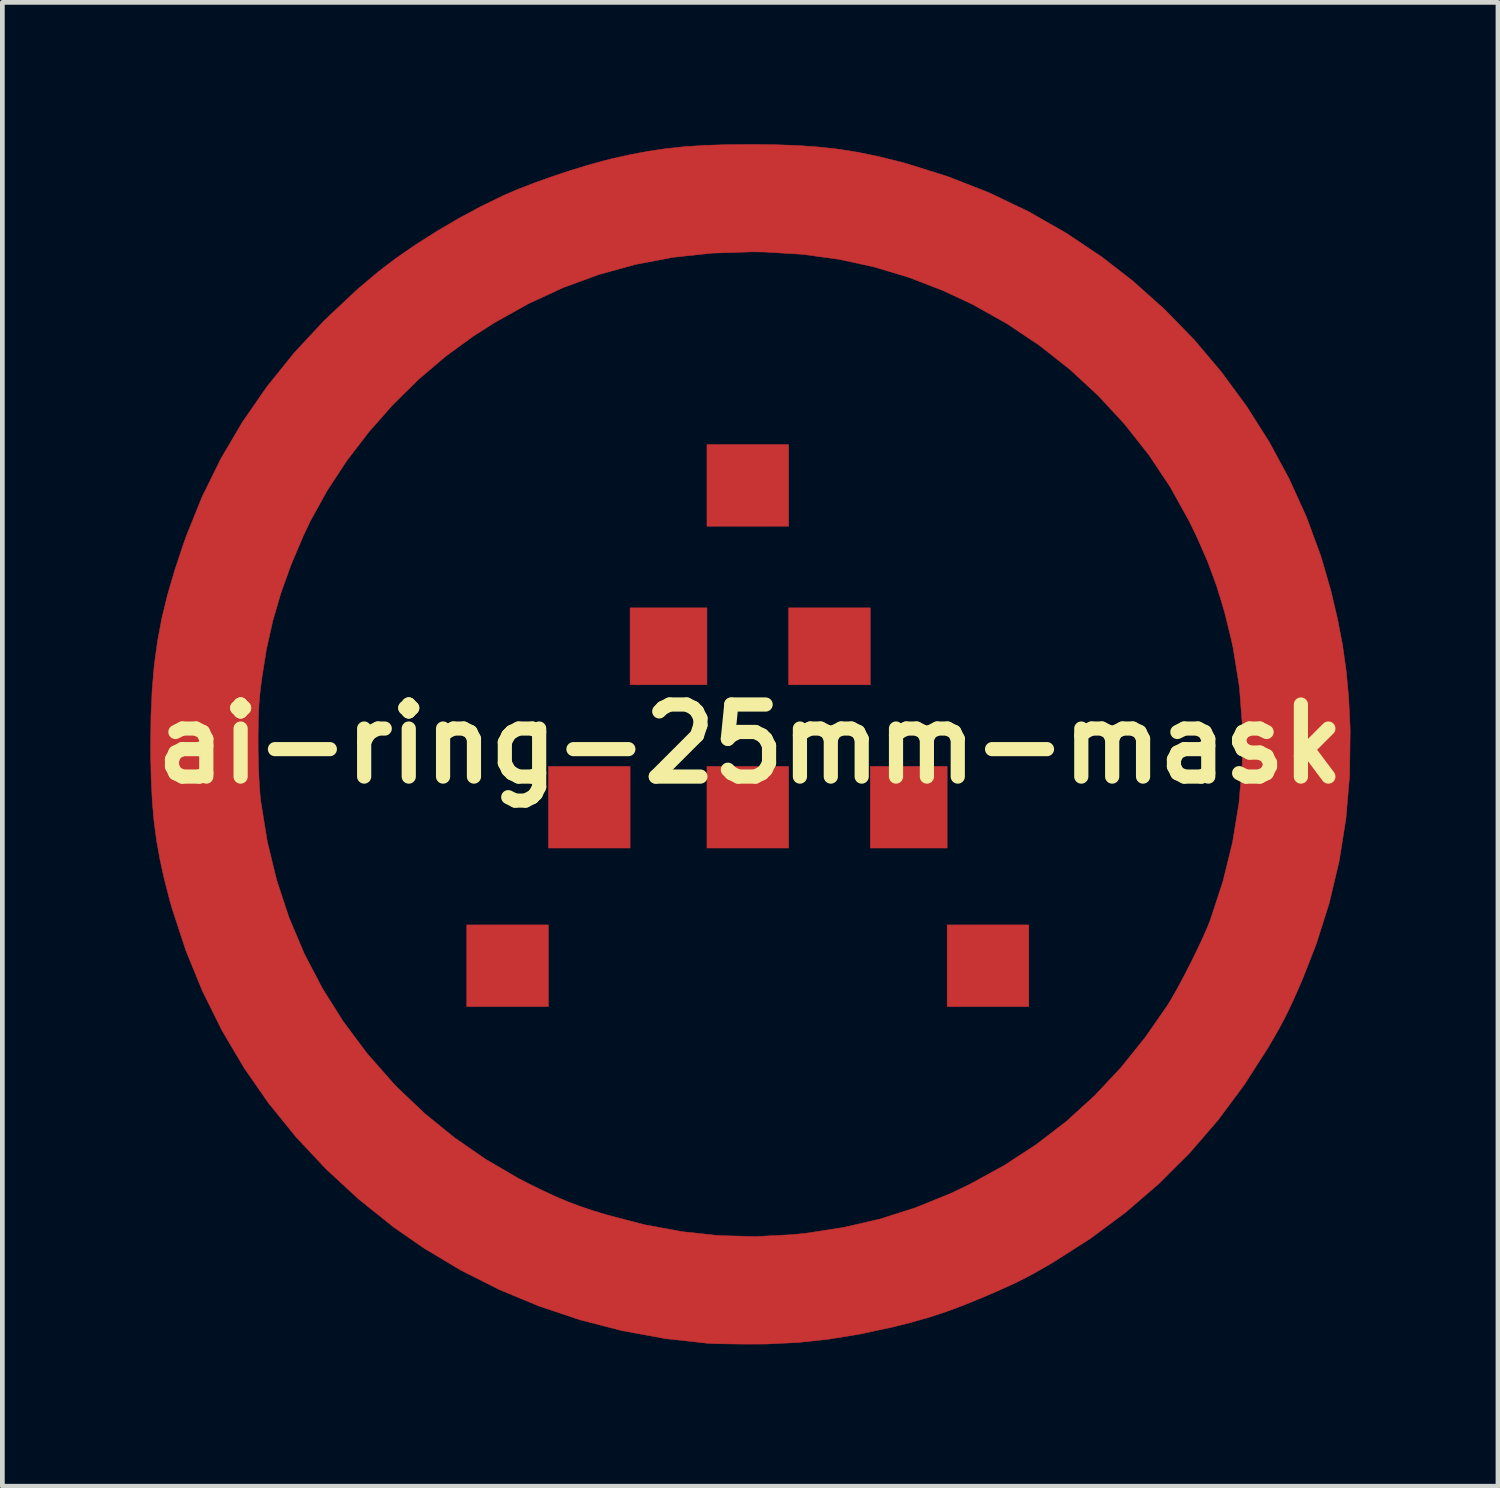
<source format=kicad_pcb>
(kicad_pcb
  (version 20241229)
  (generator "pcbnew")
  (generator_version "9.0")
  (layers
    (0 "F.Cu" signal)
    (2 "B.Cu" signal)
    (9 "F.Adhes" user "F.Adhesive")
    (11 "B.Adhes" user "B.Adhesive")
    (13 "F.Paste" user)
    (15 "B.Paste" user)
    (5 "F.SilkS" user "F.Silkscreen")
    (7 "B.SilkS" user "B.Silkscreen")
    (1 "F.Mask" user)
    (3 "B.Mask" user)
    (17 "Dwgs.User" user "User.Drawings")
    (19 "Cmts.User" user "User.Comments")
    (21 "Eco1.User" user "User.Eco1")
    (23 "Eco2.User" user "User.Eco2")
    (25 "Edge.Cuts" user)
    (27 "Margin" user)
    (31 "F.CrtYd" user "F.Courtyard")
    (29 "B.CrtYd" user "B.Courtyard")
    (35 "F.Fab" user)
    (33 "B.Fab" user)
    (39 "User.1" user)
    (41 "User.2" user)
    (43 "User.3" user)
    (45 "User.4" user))
  (footprint "ai-ring-25mm-mask"
    (layer "F.Cu")
    (at 12.816 12.685)
    (property "Reference" "ai-ring-25mm-mask" (at 0 0 0) (layer "F.SilkS") (effects (font (size 1.524 1.524) (thickness 0.3))))
    (attr through_hole)
    (fp_poly (pts (xy -4.267 5.554) (xy -5.994 5.554) (xy -5.994 3.827) (xy -4.267 3.827) (xy -4.267 5.554)) (stroke (width 0.01) (type solid)) (fill yes) (layer "F.Cu"))
    (fp_poly (pts (xy -2.54 2.201) (xy -4.267 2.201) (xy -4.267 0.474) (xy -2.54 0.474) (xy -2.54 2.201)) (stroke (width 0.01) (type solid)) (fill yes) (layer "F.Cu"))
    (fp_poly (pts (xy -0.914 -1.253) (xy -2.54 -1.253) (xy -2.54 -2.879) (xy -0.914 -2.879) (xy -0.914 -1.253)) (stroke (width 0.01) (type solid)) (fill yes) (layer "F.Cu"))
    (fp_poly (pts (xy 0.813 -4.606) (xy -0.914 -4.606) (xy -0.914 -6.333) (xy 0.813 -6.333) (xy 0.813 -4.606)) (stroke (width 0.01) (type solid)) (fill yes) (layer "F.Cu"))
    (fp_poly (pts (xy 0.813 2.201) (xy -0.914 2.201) (xy -0.914 0.474) (xy 0.813 0.474) (xy 0.813 2.201)) (stroke (width 0.01) (type solid)) (fill yes) (layer "F.Cu"))
    (fp_poly (pts (xy 2.54 -1.253) (xy 0.813 -1.253) (xy 0.813 -2.879) (xy 2.54 -2.879) (xy 2.54 -1.253)) (stroke (width 0.01) (type solid)) (fill yes) (layer "F.Cu"))
    (fp_poly (pts (xy 4.166 2.201) (xy 2.54 2.201) (xy 2.54 0.474) (xy 4.166 0.474) (xy 4.166 2.201)) (stroke (width 0.01) (type solid)) (fill yes) (layer "F.Cu"))
    (fp_poly (pts (xy 5.893 5.554) (xy 4.166 5.554) (xy 4.166 3.827) (xy 5.893 3.827) (xy 5.893 5.554)) (stroke (width 0.01) (type solid)) (fill yes) (layer "F.Cu"))
    (fp_poly (pts (xy 0.017 -12.68) (xy 0.547 -12.674) (xy 1.023 -12.657) (xy 1.461 -12.625) (xy 1.874 -12.579) (xy 2.276 -12.515) (xy 2.681 -12.432) (xy 3.103 -12.329) (xy 3.297 -12.278) (xy 4.186 -11.999) (xy 5.049 -11.661) (xy 5.88 -11.264) (xy 6.677 -10.81) (xy 7.437 -10.301) (xy 8.086 -9.798) (xy 8.759 -9.197) (xy 9.388 -8.551) (xy 9.969 -7.864) (xy 10.501 -7.14) (xy 10.98 -6.384) (xy 11.403 -5.6) (xy 11.768 -4.794) (xy 12.071 -3.969) (xy 12.279 -3.252) (xy 12.42 -2.655) (xy 12.528 -2.092) (xy 12.606 -1.54) (xy 12.658 -0.977) (xy 12.687 -0.379) (xy 12.69 -0.271) (xy 12.678 0.66) (xy 12.6 1.577) (xy 12.457 2.478) (xy 12.247 3.364) (xy 11.971 4.235) (xy 11.698 4.934) (xy 11.578 5.213) (xy 11.475 5.444) (xy 11.382 5.643) (xy 11.29 5.826) (xy 11.192 6.009) (xy 11.08 6.206) (xy 10.956 6.418) (xy 10.447 7.212) (xy 9.892 7.958) (xy 9.29 8.655) (xy 8.64 9.303) (xy 7.942 9.905) (xy 7.196 10.459) (xy 6.418 10.956) (xy 6.192 11.088) (xy 5.996 11.199) (xy 5.814 11.296) (xy 5.631 11.388) (xy 5.43 11.481) (xy 5.196 11.585) (xy 4.934 11.698) (xy 4.524 11.866) (xy 4.145 12.007) (xy 3.774 12.129) (xy 3.383 12.239) (xy 3.031 12.328) (xy 2.329 12.479) (xy 1.659 12.589) (xy 1.001 12.659) (xy 0.336 12.691) (xy -0.051 12.693) (xy -0.269 12.691) (xy -0.475 12.688) (xy -0.653 12.685) (xy -0.792 12.681) (xy -0.877 12.677) (xy -0.881 12.677) (xy -1.803 12.575) (xy -2.711 12.408) (xy -3.6 12.179) (xy -4.468 11.888) (xy -5.31 11.538) (xy -6.123 11.128) (xy -6.902 10.662) (xy -7.547 10.214) (xy -8.284 9.623) (xy -8.97 8.99) (xy -9.602 8.316) (xy -10.181 7.602) (xy -10.704 6.849) (xy -11.171 6.059) (xy -11.581 5.233) (xy -11.933 4.373) (xy -12.226 3.48) (xy -12.278 3.297) (xy -12.39 2.862) (xy -12.481 2.451) (xy -12.553 2.05) (xy -12.607 1.643) (xy -12.645 1.218) (xy -12.668 0.76) (xy -12.679 0.255) (xy -12.68 0.017) (xy -12.677 -0.219) (xy -10.407 -0.219) (xy -10.407 0.123) (xy -10.4 0.463) (xy -10.386 0.783) (xy -10.366 1.067) (xy -10.35 1.219) (xy -10.214 2.061) (xy -10.015 2.879) (xy -9.754 3.67) (xy -9.431 4.435) (xy -9.047 5.17) (xy -8.604 5.874) (xy -8.101 6.547) (xy -7.54 7.185) (xy -7.444 7.284) (xy -6.872 7.826) (xy -6.25 8.33) (xy -5.591 8.785) (xy -4.906 9.185) (xy -4.711 9.286) (xy -4.393 9.443) (xy -4.115 9.572) (xy -3.857 9.681) (xy -3.6 9.778) (xy -3.326 9.87) (xy -3.048 9.955) (xy -2.241 10.166) (xy -1.448 10.313) (xy -0.664 10.397) (xy 0.117 10.418) (xy 0.903 10.377) (xy 1.187 10.347) (xy 1.986 10.223) (xy 2.752 10.045) (xy 3.496 9.808) (xy 4.228 9.511) (xy 4.642 9.314) (xy 5.37 8.915) (xy 6.05 8.472) (xy 6.686 7.983) (xy 7.28 7.443) (xy 7.836 6.851) (xy 8.357 6.203) (xy 8.819 5.539) (xy 8.926 5.363) (xy 9.051 5.141) (xy 9.186 4.887) (xy 9.324 4.618) (xy 9.456 4.348) (xy 9.575 4.094) (xy 9.673 3.87) (xy 9.731 3.725) (xy 9.999 2.908) (xy 10.201 2.086) (xy 10.337 1.261) (xy 10.407 0.435) (xy 10.41 -0.389) (xy 10.347 -1.209) (xy 10.216 -2.022) (xy 10.174 -2.218) (xy 10.031 -2.8) (xy 9.867 -3.338) (xy 9.676 -3.857) (xy 9.447 -4.38) (xy 9.286 -4.711) (xy 8.887 -5.431) (xy 8.431 -6.116) (xy 7.922 -6.761) (xy 7.364 -7.365) (xy 6.76 -7.923) (xy 6.113 -8.433) (xy 5.427 -8.892) (xy 4.704 -9.297) (xy 4.089 -9.585) (xy 3.357 -9.868) (xy 2.62 -10.09) (xy 1.872 -10.252) (xy 1.102 -10.357) (xy 0.302 -10.405) (xy 0.034 -10.409) (xy -0.811 -10.381) (xy -1.629 -10.293) (xy -2.422 -10.143) (xy -3.195 -9.93) (xy -3.949 -9.654) (xy -4.69 -9.312) (xy -5.419 -8.904) (xy -5.848 -8.63) (xy -6.443 -8.197) (xy -7.016 -7.709) (xy -7.559 -7.173) (xy -8.066 -6.598) (xy -8.53 -5.993) (xy -8.943 -5.365) (xy -9.299 -4.723) (xy -9.447 -4.411) (xy -9.709 -3.793) (xy -9.923 -3.199) (xy -10.095 -2.611) (xy -10.23 -2.009) (xy -10.331 -1.376) (xy -10.367 -1.084) (xy -10.388 -0.84) (xy -10.401 -0.546) (xy -10.407 -0.219) (xy -12.677 -0.219) (xy -12.673 -0.593) (xy -12.648 -1.152) (xy -12.603 -1.672) (xy -12.535 -2.17) (xy -12.443 -2.659) (xy -12.323 -3.153) (xy -12.173 -3.666) (xy -11.991 -4.214) (xy -11.924 -4.403) (xy -11.589 -5.233) (xy -11.193 -6.037) (xy -10.736 -6.812) (xy -10.219 -7.558) (xy -9.643 -8.273) (xy -9.008 -8.956) (xy -8.316 -9.607) (xy -7.86 -9.992) (xy -7.494 -10.271) (xy -7.078 -10.558) (xy -6.627 -10.844) (xy -6.158 -11.119) (xy -5.685 -11.373) (xy -5.224 -11.597) (xy -5.199 -11.609) (xy -4.9 -11.736) (xy -4.554 -11.87) (xy -4.178 -12.004) (xy -3.792 -12.132) (xy -3.414 -12.247) (xy -3.062 -12.344) (xy -2.926 -12.378) (xy -2.529 -12.466) (xy -2.149 -12.537) (xy -1.773 -12.592) (xy -1.388 -12.633) (xy -0.979 -12.66) (xy -0.532 -12.675) (xy -0.033 -12.68) (xy 0.017 -12.68)) (stroke (width 0.01) (type solid)) (fill yes) (layer "F.Cu"))
    (fp_poly (pts (xy -4.267 5.554) (xy -5.994 5.554) (xy -5.994 3.827) (xy -4.267 3.827) (xy -4.267 5.554)) (stroke (width 0.01) (type solid)) (fill yes) (layer "F.Mask"))
    (fp_poly (pts (xy -2.54 2.201) (xy -4.267 2.201) (xy -4.267 0.474) (xy -2.54 0.474) (xy -2.54 2.201)) (stroke (width 0.01) (type solid)) (fill yes) (layer "F.Mask"))
    (fp_poly (pts (xy -0.914 -1.253) (xy -2.54 -1.253) (xy -2.54 -2.879) (xy -0.914 -2.879) (xy -0.914 -1.253)) (stroke (width 0.01) (type solid)) (fill yes) (layer "F.Mask"))
    (fp_poly (pts (xy 0.813 -4.606) (xy -0.914 -4.606) (xy -0.914 -6.333) (xy 0.813 -6.333) (xy 0.813 -4.606)) (stroke (width 0.01) (type solid)) (fill yes) (layer "F.Mask"))
    (fp_poly (pts (xy 0.813 2.201) (xy -0.914 2.201) (xy -0.914 0.474) (xy 0.813 0.474) (xy 0.813 2.201)) (stroke (width 0.01) (type solid)) (fill yes) (layer "F.Mask"))
    (fp_poly (pts (xy 2.54 -1.253) (xy 0.813 -1.253) (xy 0.813 -2.879) (xy 2.54 -2.879) (xy 2.54 -1.253)) (stroke (width 0.01) (type solid)) (fill yes) (layer "F.Mask"))
    (fp_poly (pts (xy 4.166 2.201) (xy 2.54 2.201) (xy 2.54 0.474) (xy 4.166 0.474) (xy 4.166 2.201)) (stroke (width 0.01) (type solid)) (fill yes) (layer "F.Mask"))
    (fp_poly (pts (xy 5.893 5.554) (xy 4.166 5.554) (xy 4.166 3.827) (xy 5.893 3.827) (xy 5.893 5.554)) (stroke (width 0.01) (type solid)) (fill yes) (layer "F.Mask"))
    (fp_poly (pts (xy 0.017 -12.68) (xy 0.547 -12.674) (xy 1.023 -12.657) (xy 1.461 -12.625) (xy 1.874 -12.579) (xy 2.276 -12.515) (xy 2.681 -12.432) (xy 3.103 -12.329) (xy 3.297 -12.278) (xy 4.186 -11.999) (xy 5.049 -11.661) (xy 5.88 -11.264) (xy 6.677 -10.81) (xy 7.437 -10.301) (xy 8.086 -9.798) (xy 8.759 -9.197) (xy 9.388 -8.551) (xy 9.969 -7.864) (xy 10.501 -7.14) (xy 10.98 -6.384) (xy 11.403 -5.6) (xy 11.768 -4.794) (xy 12.071 -3.969) (xy 12.279 -3.252) (xy 12.42 -2.655) (xy 12.528 -2.092) (xy 12.606 -1.54) (xy 12.658 -0.977) (xy 12.687 -0.379) (xy 12.69 -0.271) (xy 12.678 0.66) (xy 12.6 1.577) (xy 12.457 2.478) (xy 12.247 3.364) (xy 11.971 4.235) (xy 11.698 4.934) (xy 11.578 5.213) (xy 11.475 5.444) (xy 11.382 5.643) (xy 11.29 5.826) (xy 11.192 6.009) (xy 11.08 6.206) (xy 10.956 6.418) (xy 10.447 7.212) (xy 9.892 7.958) (xy 9.29 8.655) (xy 8.64 9.303) (xy 7.942 9.905) (xy 7.196 10.459) (xy 6.418 10.956) (xy 6.192 11.088) (xy 5.996 11.199) (xy 5.814 11.296) (xy 5.631 11.388) (xy 5.43 11.481) (xy 5.196 11.585) (xy 4.934 11.698) (xy 4.524 11.866) (xy 4.145 12.007) (xy 3.774 12.129) (xy 3.383 12.239) (xy 3.031 12.328) (xy 2.329 12.479) (xy 1.659 12.589) (xy 1.001 12.659) (xy 0.336 12.691) (xy -0.051 12.693) (xy -0.269 12.691) (xy -0.475 12.688) (xy -0.653 12.685) (xy -0.792 12.681) (xy -0.877 12.677) (xy -0.881 12.677) (xy -1.803 12.575) (xy -2.711 12.408) (xy -3.6 12.179) (xy -4.468 11.888) (xy -5.31 11.538) (xy -6.123 11.128) (xy -6.902 10.662) (xy -7.547 10.214) (xy -8.284 9.623) (xy -8.97 8.99) (xy -9.602 8.316) (xy -10.181 7.602) (xy -10.704 6.849) (xy -11.171 6.059) (xy -11.581 5.233) (xy -11.933 4.373) (xy -12.226 3.48) (xy -12.278 3.297) (xy -12.39 2.862) (xy -12.481 2.451) (xy -12.553 2.05) (xy -12.607 1.643) (xy -12.645 1.218) (xy -12.668 0.76) (xy -12.679 0.255) (xy -12.68 0.017) (xy -12.677 -0.219) (xy -10.407 -0.219) (xy -10.407 0.123) (xy -10.4 0.463) (xy -10.386 0.783) (xy -10.366 1.067) (xy -10.35 1.219) (xy -10.214 2.061) (xy -10.015 2.879) (xy -9.754 3.67) (xy -9.431 4.435) (xy -9.047 5.17) (xy -8.604 5.874) (xy -8.101 6.547) (xy -7.54 7.185) (xy -7.444 7.284) (xy -6.872 7.826) (xy -6.25 8.33) (xy -5.591 8.785) (xy -4.906 9.185) (xy -4.711 9.286) (xy -4.393 9.443) (xy -4.115 9.572) (xy -3.857 9.681) (xy -3.6 9.778) (xy -3.326 9.87) (xy -3.048 9.955) (xy -2.241 10.166) (xy -1.448 10.313) (xy -0.664 10.397) (xy 0.117 10.418) (xy 0.903 10.377) (xy 1.187 10.347) (xy 1.986 10.223) (xy 2.752 10.045) (xy 3.496 9.808) (xy 4.228 9.511) (xy 4.642 9.314) (xy 5.37 8.915) (xy 6.05 8.472) (xy 6.686 7.983) (xy 7.28 7.443) (xy 7.836 6.851) (xy 8.357 6.203) (xy 8.819 5.539) (xy 8.926 5.363) (xy 9.051 5.141) (xy 9.186 4.887) (xy 9.324 4.618) (xy 9.456 4.348) (xy 9.575 4.094) (xy 9.673 3.87) (xy 9.731 3.725) (xy 9.999 2.908) (xy 10.201 2.086) (xy 10.337 1.261) (xy 10.407 0.435) (xy 10.41 -0.389) (xy 10.347 -1.209) (xy 10.216 -2.022) (xy 10.174 -2.218) (xy 10.031 -2.8) (xy 9.867 -3.338) (xy 9.676 -3.857) (xy 9.447 -4.38) (xy 9.286 -4.711) (xy 8.887 -5.431) (xy 8.431 -6.116) (xy 7.922 -6.761) (xy 7.364 -7.365) (xy 6.76 -7.923) (xy 6.113 -8.433) (xy 5.427 -8.892) (xy 4.704 -9.297) (xy 4.089 -9.585) (xy 3.357 -9.868) (xy 2.62 -10.09) (xy 1.872 -10.252) (xy 1.102 -10.357) (xy 0.302 -10.405) (xy 0.034 -10.409) (xy -0.811 -10.381) (xy -1.629 -10.293) (xy -2.422 -10.143) (xy -3.195 -9.93) (xy -3.949 -9.654) (xy -4.69 -9.312) (xy -5.419 -8.904) (xy -5.848 -8.63) (xy -6.443 -8.197) (xy -7.016 -7.709) (xy -7.559 -7.173) (xy -8.066 -6.598) (xy -8.53 -5.993) (xy -8.943 -5.365) (xy -9.299 -4.723) (xy -9.447 -4.411) (xy -9.709 -3.793) (xy -9.923 -3.199) (xy -10.095 -2.611) (xy -10.23 -2.009) (xy -10.331 -1.376) (xy -10.367 -1.084) (xy -10.388 -0.84) (xy -10.401 -0.546) (xy -10.407 -0.219) (xy -12.677 -0.219) (xy -12.673 -0.593) (xy -12.648 -1.152) (xy -12.603 -1.672) (xy -12.535 -2.17) (xy -12.443 -2.659) (xy -12.323 -3.153) (xy -12.173 -3.666) (xy -11.991 -4.214) (xy -11.924 -4.403) (xy -11.589 -5.233) (xy -11.193 -6.037) (xy -10.736 -6.812) (xy -10.219 -7.558) (xy -9.643 -8.273) (xy -9.008 -8.956) (xy -8.316 -9.607) (xy -7.86 -9.992) (xy -7.494 -10.271) (xy -7.078 -10.558) (xy -6.627 -10.844) (xy -6.158 -11.119) (xy -5.685 -11.373) (xy -5.224 -11.597) (xy -5.199 -11.609) (xy -4.9 -11.736) (xy -4.554 -11.87) (xy -4.178 -12.004) (xy -3.792 -12.132) (xy -3.414 -12.247) (xy -3.062 -12.344) (xy -2.926 -12.378) (xy -2.529 -12.466) (xy -2.149 -12.537) (xy -1.773 -12.592) (xy -1.388 -12.633) (xy -0.979 -12.66) (xy -0.532 -12.675) (xy -0.033 -12.68) (xy 0.017 -12.68)) (stroke (width 0.01) (type solid)) (fill yes) (layer "F.Mask")))
  (gr_rect
    (start -3 -3)
    (end 28.632 28.384)
    (stroke (width 0.1) (type default))
    (fill no)
    (layer "Edge.Cuts")))
</source>
